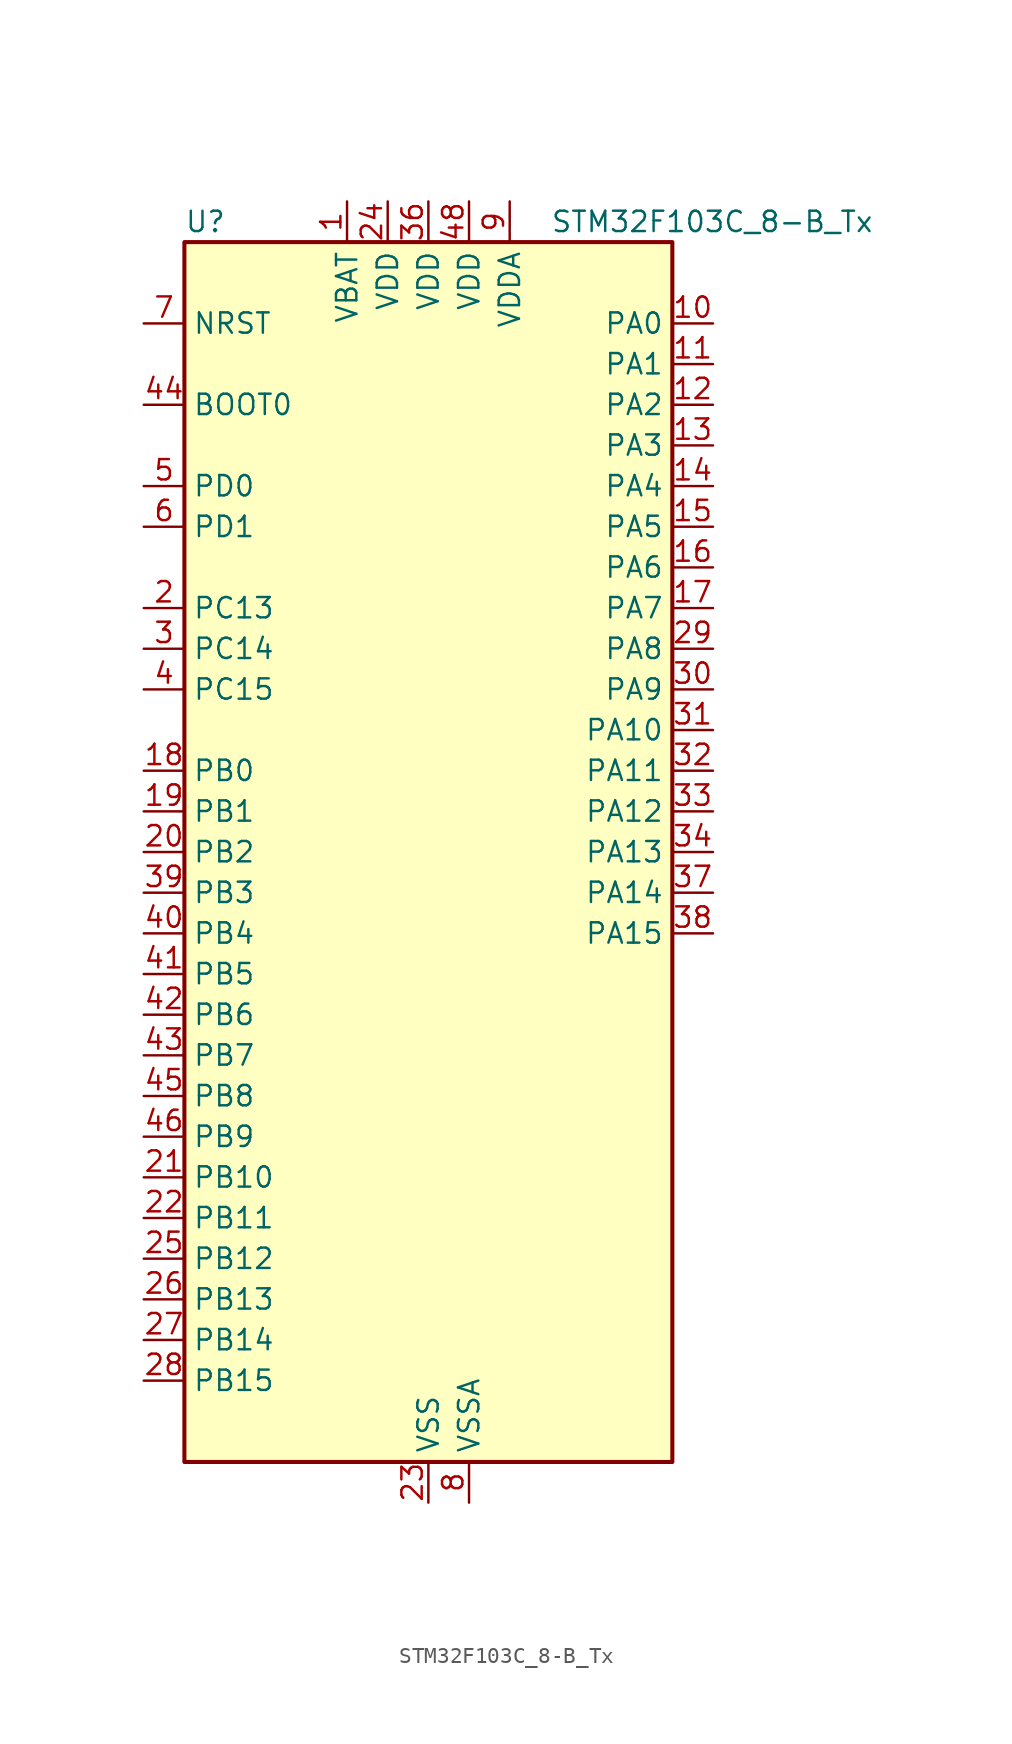
<source format=kicad_sym>
(kicad_symbol_lib
  (version 20241209)
  (generator "kicad_symbol_editor")
  (generator_version "9.0")
  (symbol "STM32F103C_8-B_Tx"
    (property "Reference" "U"
      (at -15.24 39.37 0)
      (effects (font (size 1.27 1.27)) (justify left)))
    (property "Value" "STM32F103C_8-B_Tx"
      (at 7.62 39.37 0)
      (effects (font (size 1.27 1.27)) (justify left)))
    (symbol "STM32F103C_8-B_Tx_0_1"
      (rectangle (start -15.24 -38.1) (end 15.24 38.1) (stroke (width 0.254) (type default)) (fill (type background))))
    (symbol "STM32F103C_8-B_Tx_1_1"
      (pin input line (at -17.78 33.02 0) (length 2.54) (name "NRST" (effects (font (size 1.27 1.27)))) (number "7" (effects (font (size 1.27 1.27)))))
      (pin input line (at -17.78 27.94 0) (length 2.54) (name "BOOT0" (effects (font (size 1.27 1.27)))) (number "44" (effects (font (size 1.27 1.27)))))
      (pin bidirectional line (at -17.78 22.86 0) (length 2.54) (name "PD0" (effects (font (size 1.27 1.27)))) (number "5" (effects (font (size 1.27 1.27)))) (alternate "RCC_OSC_IN" bidirectional line))
      (pin bidirectional line (at -17.78 20.32 0) (length 2.54) (name "PD1" (effects (font (size 1.27 1.27)))) (number "6" (effects (font (size 1.27 1.27)))) (alternate "RCC_OSC_OUT" bidirectional line))
      (pin bidirectional line (at -17.78 15.24 0) (length 2.54) (name "PC13" (effects (font (size 1.27 1.27)))) (number "2" (effects (font (size 1.27 1.27)))) (alternate "RTC_OUT" bidirectional line) (alternate "RTC_TAMPER" bidirectional line))
      (pin bidirectional line (at -17.78 12.7 0) (length 2.54) (name "PC14" (effects (font (size 1.27 1.27)))) (number "3" (effects (font (size 1.27 1.27)))) (alternate "RCC_OSC32_IN" bidirectional line))
      (pin bidirectional line (at -17.78 10.16 0) (length 2.54) (name "PC15" (effects (font (size 1.27 1.27)))) (number "4" (effects (font (size 1.27 1.27)))) (alternate "ADC1_EXTI15" bidirectional line) (alternate "ADC2_EXTI15" bidirectional line) (alternate "RCC_OSC32_OUT" bidirectional line))
      (pin bidirectional line (at -17.78 5.08 0) (length 2.54) (name "PB0" (effects (font (size 1.27 1.27)))) (number "18" (effects (font (size 1.27 1.27)))) (alternate "ADC1_IN8" bidirectional line) (alternate "ADC2_IN8" bidirectional line) (alternate "TIM1_CH2N" bidirectional line) (alternate "TIM3_CH3" bidirectional line))
      (pin bidirectional line (at -17.78 2.54 0) (length 2.54) (name "PB1" (effects (font (size 1.27 1.27)))) (number "19" (effects (font (size 1.27 1.27)))) (alternate "ADC1_IN9" bidirectional line) (alternate "ADC2_IN9" bidirectional line) (alternate "TIM1_CH3N" bidirectional line) (alternate "TIM3_CH4" bidirectional line))
      (pin bidirectional line (at -17.78 0 0) (length 2.54) (name "PB2" (effects (font (size 1.27 1.27)))) (number "20" (effects (font (size 1.27 1.27)))))
      (pin bidirectional line (at -17.78 -2.54 0) (length 2.54) (name "PB3" (effects (font (size 1.27 1.27)))) (number "39" (effects (font (size 1.27 1.27)))) (alternate "SPI1_SCK" bidirectional line) (alternate "SYS_JTDO-TRACESWO" bidirectional line) (alternate "TIM2_CH2" bidirectional line))
      (pin bidirectional line (at -17.78 -5.08 0) (length 2.54) (name "PB4" (effects (font (size 1.27 1.27)))) (number "40" (effects (font (size 1.27 1.27)))) (alternate "SPI1_MISO" bidirectional line) (alternate "SYS_NJTRST" bidirectional line) (alternate "TIM3_CH1" bidirectional line))
      (pin bidirectional line (at -17.78 -7.62 0) (length 2.54) (name "PB5" (effects (font (size 1.27 1.27)))) (number "41" (effects (font (size 1.27 1.27)))) (alternate "I2C1_SMBA" bidirectional line) (alternate "SPI1_MOSI" bidirectional line) (alternate "TIM3_CH2" bidirectional line))
      (pin bidirectional line (at -17.78 -10.16 0) (length 2.54) (name "PB6" (effects (font (size 1.27 1.27)))) (number "42" (effects (font (size 1.27 1.27)))) (alternate "I2C1_SCL" bidirectional line) (alternate "TIM4_CH1" bidirectional line) (alternate "USART1_TX" bidirectional line))
      (pin bidirectional line (at -17.78 -12.7 0) (length 2.54) (name "PB7" (effects (font (size 1.27 1.27)))) (number "43" (effects (font (size 1.27 1.27)))) (alternate "I2C1_SDA" bidirectional line) (alternate "TIM4_CH2" bidirectional line) (alternate "USART1_RX" bidirectional line))
      (pin bidirectional line (at -17.78 -15.24 0) (length 2.54) (name "PB8" (effects (font (size 1.27 1.27)))) (number "45" (effects (font (size 1.27 1.27)))) (alternate "CAN_RX" bidirectional line) (alternate "I2C1_SCL" bidirectional line) (alternate "TIM4_CH3" bidirectional line))
      (pin bidirectional line (at -17.78 -17.78 0) (length 2.54) (name "PB9" (effects (font (size 1.27 1.27)))) (number "46" (effects (font (size 1.27 1.27)))) (alternate "CAN_TX" bidirectional line) (alternate "I2C1_SDA" bidirectional line) (alternate "TIM4_CH4" bidirectional line))
      (pin bidirectional line (at -17.78 -20.32 0) (length 2.54) (name "PB10" (effects (font (size 1.27 1.27)))) (number "21" (effects (font (size 1.27 1.27)))) (alternate "I2C2_SCL" bidirectional line) (alternate "TIM2_CH3" bidirectional line) (alternate "USART3_TX" bidirectional line))
      (pin bidirectional line (at -17.78 -22.86 0) (length 2.54) (name "PB11" (effects (font (size 1.27 1.27)))) (number "22" (effects (font (size 1.27 1.27)))) (alternate "ADC1_EXTI11" bidirectional line) (alternate "ADC2_EXTI11" bidirectional line) (alternate "I2C2_SDA" bidirectional line) (alternate "TIM2_CH4" bidirectional line) (alternate "USART3_RX" bidirectional line))
      (pin bidirectional line (at -17.78 -25.4 0) (length 2.54) (name "PB12" (effects (font (size 1.27 1.27)))) (number "25" (effects (font (size 1.27 1.27)))) (alternate "I2C2_SMBA" bidirectional line) (alternate "SPI2_NSS" bidirectional line) (alternate "TIM1_BKIN" bidirectional line) (alternate "USART3_CK" bidirectional line))
      (pin bidirectional line (at -17.78 -27.94 0) (length 2.54) (name "PB13" (effects (font (size 1.27 1.27)))) (number "26" (effects (font (size 1.27 1.27)))) (alternate "SPI2_SCK" bidirectional line) (alternate "TIM1_CH1N" bidirectional line) (alternate "USART3_CTS" bidirectional line))
      (pin bidirectional line (at -17.78 -30.48 0) (length 2.54) (name "PB14" (effects (font (size 1.27 1.27)))) (number "27" (effects (font (size 1.27 1.27)))) (alternate "SPI2_MISO" bidirectional line) (alternate "TIM1_CH2N" bidirectional line) (alternate "USART3_RTS" bidirectional line))
      (pin bidirectional line (at -17.78 -33.02 0) (length 2.54) (name "PB15" (effects (font (size 1.27 1.27)))) (number "28" (effects (font (size 1.27 1.27)))) (alternate "ADC1_EXTI15" bidirectional line) (alternate "ADC2_EXTI15" bidirectional line) (alternate "SPI2_MOSI" bidirectional line) (alternate "TIM1_CH3N" bidirectional line))
      (pin power_in line (at -5.08 40.64 270) (length 2.54) (name "VBAT" (effects (font (size 1.27 1.27)))) (number "1" (effects (font (size 1.27 1.27)))))
      (pin power_in line (at -2.54 40.64 270) (length 2.54) (name "VDD" (effects (font (size 1.27 1.27)))) (number "24" (effects (font (size 1.27 1.27)))))
      (pin power_in line (at 0 40.64 270) (length 2.54) (name "VDD" (effects (font (size 1.27 1.27)))) (number "36" (effects (font (size 1.27 1.27)))))
      (pin power_in line (at 0 -40.64 90) (length 2.54) (name "VSS" (effects (font (size 1.27 1.27)))) (number "23" (effects (font (size 1.27 1.27)))))
      (pin passive line (at 0 -40.64 90) (length 2.54) (hide yes) (name "VSS" (effects (font (size 1.27 1.27)))) (number "35" (effects (font (size 1.27 1.27)))))
      (pin passive line (at 0 -40.64 90) (length 2.54) (hide yes) (name "VSS" (effects (font (size 1.27 1.27)))) (number "47" (effects (font (size 1.27 1.27)))))
      (pin power_in line (at 2.54 40.64 270) (length 2.54) (name "VDD" (effects (font (size 1.27 1.27)))) (number "48" (effects (font (size 1.27 1.27)))))
      (pin power_in line (at 2.54 -40.64 90) (length 2.54) (name "VSSA" (effects (font (size 1.27 1.27)))) (number "8" (effects (font (size 1.27 1.27)))))
      (pin power_in line (at 5.08 40.64 270) (length 2.54) (name "VDDA" (effects (font (size 1.27 1.27)))) (number "9" (effects (font (size 1.27 1.27)))))
      (pin bidirectional line (at 17.78 33.02 180) (length 2.54) (name "PA0" (effects (font (size 1.27 1.27)))) (number "10" (effects (font (size 1.27 1.27)))) (alternate "ADC1_IN0" bidirectional line) (alternate "ADC2_IN0" bidirectional line) (alternate "SYS_WKUP" bidirectional line) (alternate "TIM2_CH1" bidirectional line) (alternate "TIM2_ETR" bidirectional line) (alternate "USART2_CTS" bidirectional line))
      (pin bidirectional line (at 17.78 30.48 180) (length 2.54) (name "PA1" (effects (font (size 1.27 1.27)))) (number "11" (effects (font (size 1.27 1.27)))) (alternate "ADC1_IN1" bidirectional line) (alternate "ADC2_IN1" bidirectional line) (alternate "TIM2_CH2" bidirectional line) (alternate "USART2_RTS" bidirectional line))
      (pin bidirectional line (at 17.78 27.94 180) (length 2.54) (name "PA2" (effects (font (size 1.27 1.27)))) (number "12" (effects (font (size 1.27 1.27)))) (alternate "ADC1_IN2" bidirectional line) (alternate "ADC2_IN2" bidirectional line) (alternate "TIM2_CH3" bidirectional line) (alternate "USART2_TX" bidirectional line))
      (pin bidirectional line (at 17.78 25.4 180) (length 2.54) (name "PA3" (effects (font (size 1.27 1.27)))) (number "13" (effects (font (size 1.27 1.27)))) (alternate "ADC1_IN3" bidirectional line) (alternate "ADC2_IN3" bidirectional line) (alternate "TIM2_CH4" bidirectional line) (alternate "USART2_RX" bidirectional line))
      (pin bidirectional line (at 17.78 22.86 180) (length 2.54) (name "PA4" (effects (font (size 1.27 1.27)))) (number "14" (effects (font (size 1.27 1.27)))) (alternate "ADC1_IN4" bidirectional line) (alternate "ADC2_IN4" bidirectional line) (alternate "SPI1_NSS" bidirectional line) (alternate "USART2_CK" bidirectional line))
      (pin bidirectional line (at 17.78 20.32 180) (length 2.54) (name "PA5" (effects (font (size 1.27 1.27)))) (number "15" (effects (font (size 1.27 1.27)))) (alternate "ADC1_IN5" bidirectional line) (alternate "ADC2_IN5" bidirectional line) (alternate "SPI1_SCK" bidirectional line))
      (pin bidirectional line (at 17.78 17.78 180) (length 2.54) (name "PA6" (effects (font (size 1.27 1.27)))) (number "16" (effects (font (size 1.27 1.27)))) (alternate "ADC1_IN6" bidirectional line) (alternate "ADC2_IN6" bidirectional line) (alternate "SPI1_MISO" bidirectional line) (alternate "TIM1_BKIN" bidirectional line) (alternate "TIM3_CH1" bidirectional line))
      (pin bidirectional line (at 17.78 15.24 180) (length 2.54) (name "PA7" (effects (font (size 1.27 1.27)))) (number "17" (effects (font (size 1.27 1.27)))) (alternate "ADC1_IN7" bidirectional line) (alternate "ADC2_IN7" bidirectional line) (alternate "SPI1_MOSI" bidirectional line) (alternate "TIM1_CH1N" bidirectional line) (alternate "TIM3_CH2" bidirectional line))
      (pin bidirectional line (at 17.78 12.7 180) (length 2.54) (name "PA8" (effects (font (size 1.27 1.27)))) (number "29" (effects (font (size 1.27 1.27)))) (alternate "RCC_MCO" bidirectional line) (alternate "TIM1_CH1" bidirectional line) (alternate "USART1_CK" bidirectional line))
      (pin bidirectional line (at 17.78 10.16 180) (length 2.54) (name "PA9" (effects (font (size 1.27 1.27)))) (number "30" (effects (font (size 1.27 1.27)))) (alternate "TIM1_CH2" bidirectional line) (alternate "USART1_TX" bidirectional line))
      (pin bidirectional line (at 17.78 7.62 180) (length 2.54) (name "PA10" (effects (font (size 1.27 1.27)))) (number "31" (effects (font (size 1.27 1.27)))) (alternate "TIM1_CH3" bidirectional line) (alternate "USART1_RX" bidirectional line))
      (pin bidirectional line (at 17.78 5.08 180) (length 2.54) (name "PA11" (effects (font (size 1.27 1.27)))) (number "32" (effects (font (size 1.27 1.27)))) (alternate "ADC1_EXTI11" bidirectional line) (alternate "ADC2_EXTI11" bidirectional line) (alternate "CAN_RX" bidirectional line) (alternate "TIM1_CH4" bidirectional line) (alternate "USART1_CTS" bidirectional line) (alternate "USB_DM" bidirectional line))
      (pin bidirectional line (at 17.78 2.54 180) (length 2.54) (name "PA12" (effects (font (size 1.27 1.27)))) (number "33" (effects (font (size 1.27 1.27)))) (alternate "CAN_TX" bidirectional line) (alternate "TIM1_ETR" bidirectional line) (alternate "USART1_RTS" bidirectional line) (alternate "USB_DP" bidirectional line))
      (pin bidirectional line (at 17.78 0 180) (length 2.54) (name "PA13" (effects (font (size 1.27 1.27)))) (number "34" (effects (font (size 1.27 1.27)))) (alternate "SYS_JTMS-SWDIO" bidirectional line))
      (pin bidirectional line (at 17.78 -2.54 180) (length 2.54) (name "PA14" (effects (font (size 1.27 1.27)))) (number "37" (effects (font (size 1.27 1.27)))) (alternate "SYS_JTCK-SWCLK" bidirectional line))
      (pin bidirectional line (at 17.78 -5.08 180) (length 2.54) (name "PA15" (effects (font (size 1.27 1.27)))) (number "38" (effects (font (size 1.27 1.27)))) (alternate "ADC1_EXTI15" bidirectional line) (alternate "ADC2_EXTI15" bidirectional line) (alternate "SPI1_NSS" bidirectional line) (alternate "SYS_JTDI" bidirectional line) (alternate "TIM2_CH1" bidirectional line) (alternate "TIM2_ETR" bidirectional line)))))
</source>
